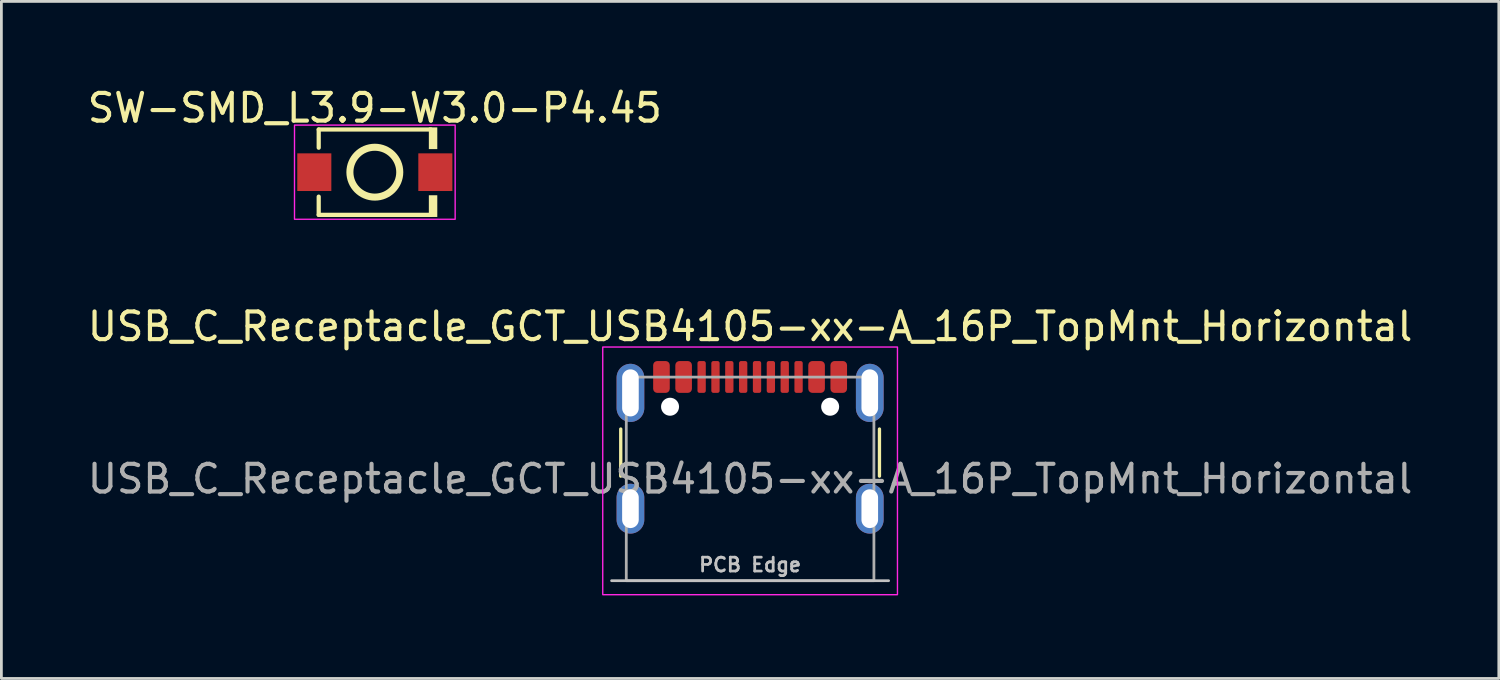
<source format=kicad_pcb>
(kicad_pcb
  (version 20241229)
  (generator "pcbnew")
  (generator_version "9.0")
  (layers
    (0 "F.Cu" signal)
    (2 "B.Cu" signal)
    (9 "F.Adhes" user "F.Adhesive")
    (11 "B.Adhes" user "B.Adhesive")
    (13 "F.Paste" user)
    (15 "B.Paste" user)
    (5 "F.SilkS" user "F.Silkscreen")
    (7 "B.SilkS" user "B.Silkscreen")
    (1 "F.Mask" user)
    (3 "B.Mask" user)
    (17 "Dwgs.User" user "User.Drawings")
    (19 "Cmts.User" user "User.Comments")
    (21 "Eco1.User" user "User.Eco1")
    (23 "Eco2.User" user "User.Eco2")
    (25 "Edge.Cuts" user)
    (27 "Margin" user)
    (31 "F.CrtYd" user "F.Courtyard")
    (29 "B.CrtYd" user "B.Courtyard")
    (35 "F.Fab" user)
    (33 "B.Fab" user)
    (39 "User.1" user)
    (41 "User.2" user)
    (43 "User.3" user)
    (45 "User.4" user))
  (footprint "SW-SMD_L3.9-W3.0-P4.45"
    (layer "F.Cu")
    (at 10.482 3.166)
    (property "Reference" "SW-SMD_L3.9-W3.0-P4.45" (at 0 -2.317 0) (layer "F.SilkS") (effects (font (size 1 1) (thickness 0.15))))
    (fp_line (start -2.026 -1.541) (end -2.026 -0.883) (stroke (width 0.152) (type default)) (layer "F.SilkS"))
    (fp_line (start -2.026 1.541) (end -2.026 0.883) (stroke (width 0.152) (type default)) (layer "F.SilkS"))
    (fp_line (start 2.026 -1.541) (end -2.026 -1.541) (stroke (width 0.152) (type default)) (layer "F.SilkS"))
    (fp_line (start 2.026 1.541) (end -2.026 1.541) (stroke (width 0.152) (type default)) (layer "F.SilkS"))
    (fp_circle (center 0 0) (end 0.9 0) (stroke (width 0.254) (type default)) (fill no) (layer "F.SilkS"))
    (fp_poly (pts (xy 1.95 -1.617) (xy 1.95 -0.833) (xy 2.255 -0.833) (xy 2.255 -1.617)) (stroke (width 0) (type default)) (fill yes) (layer "F.SilkS"))
    (fp_poly (pts (xy 1.95 1.617) (xy 1.95 0.833) (xy 2.255 0.833) (xy 2.255 1.617)) (stroke (width 0) (type default)) (fill yes) (layer "F.SilkS"))
    (fp_rect (start -2.9 -1.7) (end 2.9 1.7) (stroke (width 0.05) (type default)) (fill no) (layer "F.CrtYd"))
    (fp_poly (pts (xy -2.5 -0.65) (xy -2.5 0.65) (xy -1.6 0.65) (xy -1.6 -0.65)) (stroke (width 0.1) (type default)) (fill no) (layer "User.1"))
    (fp_poly (pts (xy 2.5 -0.65) (xy 2.5 0.65) (xy 1.6 0.65) (xy 1.6 -0.65)) (stroke (width 0.1) (type default)) (fill no) (layer "User.1"))
    (fp_line (start -1.95 -1.465) (end 1.95 -1.465) (stroke (width 0.051) (type default)) (layer "User.2"))
    (fp_line (start -1.95 1.465) (end -1.95 -1.465) (stroke (width 0.051) (type default)) (layer "User.2"))
    (fp_line (start 1.95 -1.465) (end 1.95 1.465) (stroke (width 0.051) (type default)) (layer "User.2"))
    (fp_line (start 1.95 1.465) (end -1.95 1.465) (stroke (width 0.051) (type default)) (layer "User.2"))
    (fp_poly (pts (xy 2.56 -1.465) (xy 2.542 -1.507) (xy 2.5 -1.525) (xy 2.458 -1.507) (xy 2.44 -1.465) (xy 2.458 -1.423) (xy 2.5 -1.405) (xy 2.542 -1.423)) (stroke (width 0.1) (type default)) (fill no) (layer "User.3"))
    (pad "1" smd rect (at -2.185 0) (size 1.23 1.36) (layers "F.Cu" "F.Mask" "F.Paste"))
    (pad "2" smd rect (at 2.185 0) (size 1.23 1.36) (layers "F.Cu" "F.Mask" "F.Paste")))
  (footprint "USB_C_Receptacle_GCT_USB4105-xx-A_16P_TopMnt_Horizontal"
    (layer "F.Cu")
    (at 24.03 14.239)
    (property "Reference" "USB_C_Receptacle_GCT_USB4105-xx-A_16P_TopMnt_Horizontal" (at 0 -5.5 0) (unlocked yes) (layer "F.SilkS") (effects (font (size 1 1) (thickness 0.15))))
    (attr smd)
    (fp_line (start -4.67 -0.1) (end -4.67 -1.8) (stroke (width 0.12) (type solid)) (layer "F.SilkS"))
    (fp_line (start 4.67 -0.1) (end 4.67 -1.8) (stroke (width 0.12) (type solid)) (layer "F.SilkS"))
    (fp_line (start 5 3.675) (end -5 3.675) (stroke (width 0.1) (type solid)) (layer "Dwgs.User"))
    (fp_rect (start -5.32 -4.76) (end 5.32 4.18) (stroke (width 0.05) (type solid)) (fill no) (layer "F.CrtYd"))
    (fp_rect (start -4.47 -3.675) (end 4.47 3.675) (stroke (width 0.1) (type solid)) (fill no) (layer "F.Fab"))
    (fp_text user "PCB Edge" (at 0 3.1 0) (unlocked yes) (layer "Dwgs.User") (effects (font (size 0.5 0.5) (thickness 0.1))))
    (fp_text user "${REFERENCE}" (at 0 0 0) (unlocked yes) (layer "F.Fab") (effects (font (size 1 1) (thickness 0.15))))
    (pad "" np_thru_hole circle (at -2.89 -2.605) (size 0.65 0.65) (drill 0.65) (layers "*.Cu" "*.Mask"))
    (pad "" np_thru_hole circle (at 2.89 -2.605) (size 0.65 0.65) (drill 0.65) (layers "*.Cu" "*.Mask"))
    (pad "A1-B12" smd roundrect (at -3.2 -3.68) (size 0.6 1.15) (layers "F.Cu" "F.Mask" "F.Paste") (roundrect_rratio 0.25))
    (pad "A4-B9" smd roundrect (at -2.4 -3.68) (size 0.6 1.15) (layers "F.Cu" "F.Mask" "F.Paste") (roundrect_rratio 0.25))
    (pad "A5" smd roundrect (at -1.25 -3.68) (size 0.3 1.15) (layers "F.Cu" "F.Mask" "F.Paste") (roundrect_rratio 0.25))
    (pad "A6" smd roundrect (at -0.25 -3.68) (size 0.3 1.15) (layers "F.Cu" "F.Mask" "F.Paste") (roundrect_rratio 0.25))
    (pad "A7" smd roundrect (at 0.25 -3.68) (size 0.3 1.15) (layers "F.Cu" "F.Mask" "F.Paste") (roundrect_rratio 0.25))
    (pad "A8" smd roundrect (at 1.25 -3.68) (size 0.3 1.15) (layers "F.Cu" "F.Mask" "F.Paste") (roundrect_rratio 0.25))
    (pad "A9-B4" smd roundrect (at 2.4 -3.68) (size 0.6 1.15) (layers "F.Cu" "F.Mask" "F.Paste") (roundrect_rratio 0.25))
    (pad "A12-B1" smd roundrect (at 3.2 -3.68) (size 0.6 1.15) (layers "F.Cu" "F.Mask" "F.Paste") (roundrect_rratio 0.25))
    (pad "B5" smd roundrect (at 1.75 -3.68) (size 0.3 1.15) (layers "F.Cu" "F.Mask" "F.Paste") (roundrect_rratio 0.25))
    (pad "B6" smd roundrect (at 0.75 -3.68) (size 0.3 1.15) (layers "F.Cu" "F.Mask" "F.Paste") (roundrect_rratio 0.25))
    (pad "B7" smd roundrect (at -0.75 -3.68) (size 0.3 1.15) (layers "F.Cu" "F.Mask" "F.Paste") (roundrect_rratio 0.25))
    (pad "B8" smd roundrect (at -1.75 -3.68) (size 0.3 1.15) (layers "F.Cu" "F.Mask" "F.Paste") (roundrect_rratio 0.25))
    (pad "S1" thru_hole oval (at -4.32 -3.105) (size 1 2.1) (drill oval 0.6 1.7) (property pad_prop_heatsink) (layers "*.Cu" "*.Mask" "F.Paste"))
    (pad "S1" thru_hole oval (at -4.32 1.075) (size 1 1.8) (drill oval 0.6 1.4) (property pad_prop_heatsink) (layers "*.Cu" "*.Mask" "F.Paste"))
    (pad "S1" thru_hole oval (at 4.32 -3.105) (size 1 2.1) (drill oval 0.6 1.7) (property pad_prop_heatsink) (layers "*.Cu" "*.Mask" "F.Paste"))
    (pad "S1" thru_hole oval (at 4.32 1.075) (size 1 1.8) (drill oval 0.6 1.4) (property pad_prop_heatsink) (layers "*.Cu" "*.Mask" "F.Paste")))
  (gr_rect
    (start -3 -3)
    (end 51.06 21.444)
    (stroke (width 0.1) (type default))
    (fill no)
    (layer "Edge.Cuts")))
</source>
